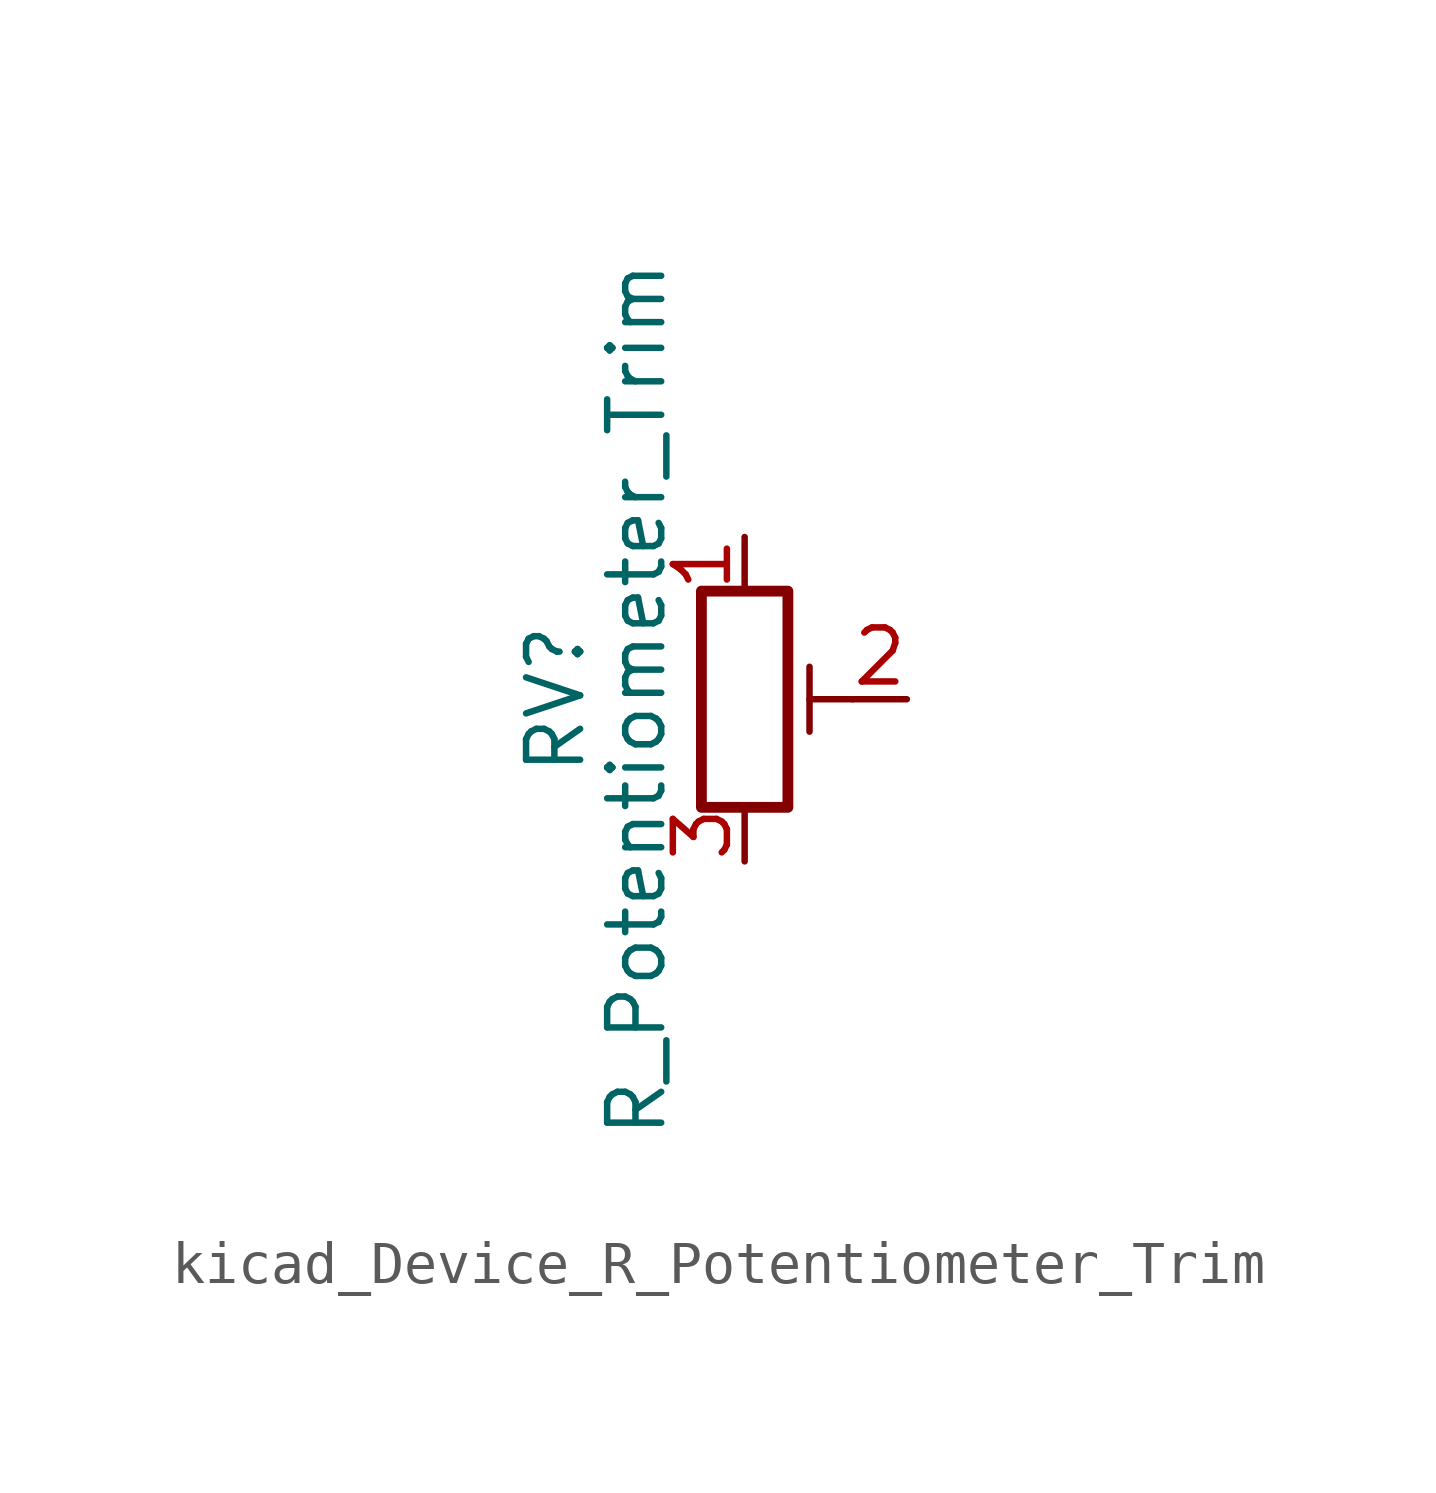
<source format=kicad_sym>
(kicad_symbol_lib
  (version 20220914)
  (generator kicad_symbol_editor)
  (symbol "kicad_Device_R_Potentiometer_Trim"
    (pin_names
      (offset 1.016) hide)
    (property "Reference" "RV"
      (at -4.445 0 90)
      (effects (font (size 1.27 1.27))))
    (property "Value" "R_Potentiometer_Trim"
      (at -2.54 0 90)
      (effects (font (size 1.27 1.27))))
    (symbol "kicad_Device_R_Potentiometer_Trim_0_1"
      (polyline (pts (xy 1.524 0.762) (xy 1.524 -0.762)) (stroke (width 0) (type default)) (fill (type none)))
      (polyline (pts (xy 2.54 0) (xy 1.524 0)) (stroke (width 0) (type default)) (fill (type none)))
      (rectangle (start 1.016 2.54) (end -1.016 -2.54) (stroke (width 0.254) (type default)) (fill (type none))))
    (symbol "kicad_Device_R_Potentiometer_Trim_1_1"
      (pin passive line (at 0 3.81 270) (length 1.27) (name "1" (effects (font (size 1.27 1.27)))) (number "1" (effects (font (size 1.27 1.27)))))
      (pin passive line (at 3.81 0 180) (length 1.27) (name "2" (effects (font (size 1.27 1.27)))) (number "2" (effects (font (size 1.27 1.27)))))
      (pin passive line (at 0 -3.81 90) (length 1.27) (name "3" (effects (font (size 1.27 1.27)))) (number "3" (effects (font (size 1.27 1.27))))))))
</source>
